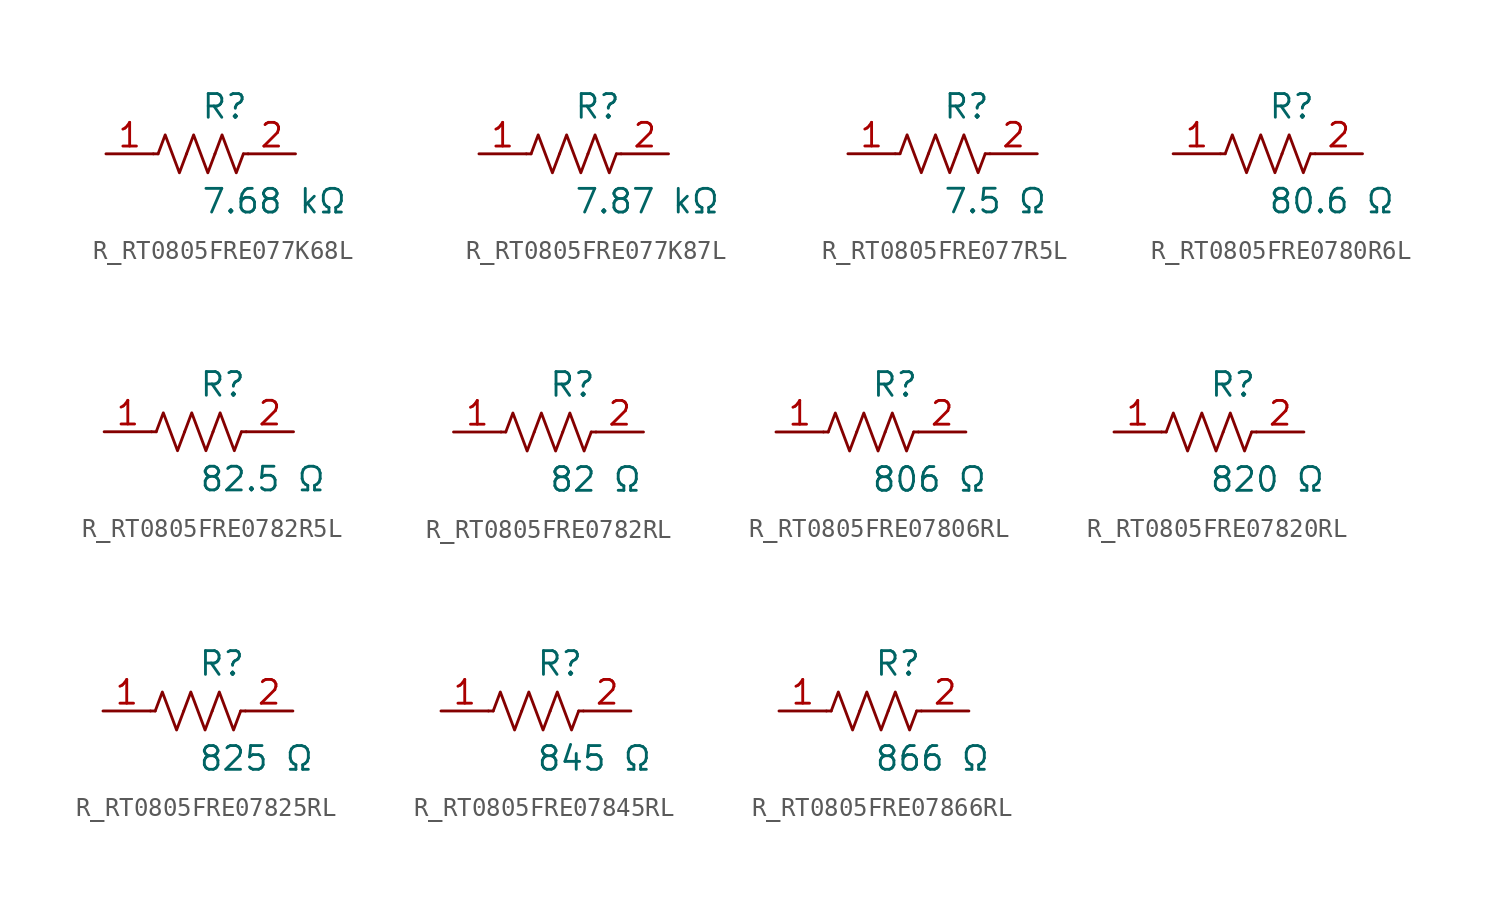
<source format=kicad_sym>
(kicad_symbol_lib
  (version 20231120)
  (generator kicad_symbol_editor)
  (generator_version 8.0)
  (symbol "R_RT0805FRE077K68L"
    (pin_names
      (offset 0.254))
    (property "Reference" "R"
      (at 0.0 2.54 0)
      (effects (font (size 1.27 1.27)) (justify left)))
    (property "Value" "7.68 kΩ"
      (at 0.0 -2.54 0)
      (effects (font (size 1.27 1.27)) (justify left)))
    (symbol "R_RT0805FRE077K68L_0_1"
      (polyline (pts (xy 2.286 0) (xy 2.54 0)) (stroke (width 0) (type default)) (fill (type none)))
      (polyline (pts (xy -2.286 0) (xy -2.54 0)) (stroke (width 0) (type default)) (fill (type none)))
      (polyline (pts (xy 0.762 0) (xy 1.143 1.016) (xy 1.524 0) (xy 1.905 -1.016) (xy 2.286 0)) (stroke (width 0) (type default)) (fill (type none)))
      (polyline (pts (xy -0.762 0) (xy -0.381 1.016) (xy 0 0) (xy 0.381 -1.016) (xy 0.762 0)) (stroke (width 0) (type default)) (fill (type none)))
      (polyline (pts (xy -2.286 0) (xy -1.905 1.016) (xy -1.524 0) (xy -1.143 -1.016) (xy -0.762 0)) (stroke (width 0) (type default)) (fill (type none))))
    (pin unspecified line
      (at -5.08 0 0)
      (length 2.54)
      (name "" (effects (font (size 1.27 1.27))))
      (number "1" (effects (font (size 1.27 1.27)))))
    (pin unspecified line
      (at 5.08 0 180)
      (length 2.54)
      (name "" (effects (font (size 1.27 1.27))))
      (number "2" (effects (font (size 1.27 1.27))))))
  (symbol "R_RT0805FRE077K87L"
    (pin_names
      (offset 0.254))
    (property "Reference" "R"
      (at 0.0 2.54 0)
      (effects (font (size 1.27 1.27)) (justify left)))
    (property "Value" "7.87 kΩ"
      (at 0.0 -2.54 0)
      (effects (font (size 1.27 1.27)) (justify left)))
    (symbol "R_RT0805FRE077K87L_0_1"
      (polyline (pts (xy 2.286 0) (xy 2.54 0)) (stroke (width 0) (type default)) (fill (type none)))
      (polyline (pts (xy -2.286 0) (xy -2.54 0)) (stroke (width 0) (type default)) (fill (type none)))
      (polyline (pts (xy 0.762 0) (xy 1.143 1.016) (xy 1.524 0) (xy 1.905 -1.016) (xy 2.286 0)) (stroke (width 0) (type default)) (fill (type none)))
      (polyline (pts (xy -0.762 0) (xy -0.381 1.016) (xy 0 0) (xy 0.381 -1.016) (xy 0.762 0)) (stroke (width 0) (type default)) (fill (type none)))
      (polyline (pts (xy -2.286 0) (xy -1.905 1.016) (xy -1.524 0) (xy -1.143 -1.016) (xy -0.762 0)) (stroke (width 0) (type default)) (fill (type none))))
    (pin unspecified line
      (at -5.08 0 0)
      (length 2.54)
      (name "" (effects (font (size 1.27 1.27))))
      (number "1" (effects (font (size 1.27 1.27)))))
    (pin unspecified line
      (at 5.08 0 180)
      (length 2.54)
      (name "" (effects (font (size 1.27 1.27))))
      (number "2" (effects (font (size 1.27 1.27))))))
  (symbol "R_RT0805FRE077R5L"
    (pin_names
      (offset 0.254))
    (property "Reference" "R"
      (at 0.0 2.54 0)
      (effects (font (size 1.27 1.27)) (justify left)))
    (property "Value" "7.5 Ω"
      (at 0.0 -2.54 0)
      (effects (font (size 1.27 1.27)) (justify left)))
    (symbol "R_RT0805FRE077R5L_0_1"
      (polyline (pts (xy 2.286 0) (xy 2.54 0)) (stroke (width 0) (type default)) (fill (type none)))
      (polyline (pts (xy -2.286 0) (xy -2.54 0)) (stroke (width 0) (type default)) (fill (type none)))
      (polyline (pts (xy 0.762 0) (xy 1.143 1.016) (xy 1.524 0) (xy 1.905 -1.016) (xy 2.286 0)) (stroke (width 0) (type default)) (fill (type none)))
      (polyline (pts (xy -0.762 0) (xy -0.381 1.016) (xy 0 0) (xy 0.381 -1.016) (xy 0.762 0)) (stroke (width 0) (type default)) (fill (type none)))
      (polyline (pts (xy -2.286 0) (xy -1.905 1.016) (xy -1.524 0) (xy -1.143 -1.016) (xy -0.762 0)) (stroke (width 0) (type default)) (fill (type none))))
    (pin unspecified line
      (at -5.08 0 0)
      (length 2.54)
      (name "" (effects (font (size 1.27 1.27))))
      (number "1" (effects (font (size 1.27 1.27)))))
    (pin unspecified line
      (at 5.08 0 180)
      (length 2.54)
      (name "" (effects (font (size 1.27 1.27))))
      (number "2" (effects (font (size 1.27 1.27))))))
  (symbol "R_RT0805FRE0780R6L"
    (pin_names
      (offset 0.254))
    (property "Reference" "R"
      (at 0.0 2.54 0)
      (effects (font (size 1.27 1.27)) (justify left)))
    (property "Value" "80.6 Ω"
      (at 0.0 -2.54 0)
      (effects (font (size 1.27 1.27)) (justify left)))
    (symbol "R_RT0805FRE0780R6L_0_1"
      (polyline (pts (xy 2.286 0) (xy 2.54 0)) (stroke (width 0) (type default)) (fill (type none)))
      (polyline (pts (xy -2.286 0) (xy -2.54 0)) (stroke (width 0) (type default)) (fill (type none)))
      (polyline (pts (xy 0.762 0) (xy 1.143 1.016) (xy 1.524 0) (xy 1.905 -1.016) (xy 2.286 0)) (stroke (width 0) (type default)) (fill (type none)))
      (polyline (pts (xy -0.762 0) (xy -0.381 1.016) (xy 0 0) (xy 0.381 -1.016) (xy 0.762 0)) (stroke (width 0) (type default)) (fill (type none)))
      (polyline (pts (xy -2.286 0) (xy -1.905 1.016) (xy -1.524 0) (xy -1.143 -1.016) (xy -0.762 0)) (stroke (width 0) (type default)) (fill (type none))))
    (pin unspecified line
      (at -5.08 0 0)
      (length 2.54)
      (name "" (effects (font (size 1.27 1.27))))
      (number "1" (effects (font (size 1.27 1.27)))))
    (pin unspecified line
      (at 5.08 0 180)
      (length 2.54)
      (name "" (effects (font (size 1.27 1.27))))
      (number "2" (effects (font (size 1.27 1.27))))))
  (symbol "R_RT0805FRE0782R5L"
    (pin_names
      (offset 0.254))
    (property "Reference" "R"
      (at 0.0 2.54 0)
      (effects (font (size 1.27 1.27)) (justify left)))
    (property "Value" "82.5 Ω"
      (at 0.0 -2.54 0)
      (effects (font (size 1.27 1.27)) (justify left)))
    (symbol "R_RT0805FRE0782R5L_0_1"
      (polyline (pts (xy 2.286 0) (xy 2.54 0)) (stroke (width 0) (type default)) (fill (type none)))
      (polyline (pts (xy -2.286 0) (xy -2.54 0)) (stroke (width 0) (type default)) (fill (type none)))
      (polyline (pts (xy 0.762 0) (xy 1.143 1.016) (xy 1.524 0) (xy 1.905 -1.016) (xy 2.286 0)) (stroke (width 0) (type default)) (fill (type none)))
      (polyline (pts (xy -0.762 0) (xy -0.381 1.016) (xy 0 0) (xy 0.381 -1.016) (xy 0.762 0)) (stroke (width 0) (type default)) (fill (type none)))
      (polyline (pts (xy -2.286 0) (xy -1.905 1.016) (xy -1.524 0) (xy -1.143 -1.016) (xy -0.762 0)) (stroke (width 0) (type default)) (fill (type none))))
    (pin unspecified line
      (at -5.08 0 0)
      (length 2.54)
      (name "" (effects (font (size 1.27 1.27))))
      (number "1" (effects (font (size 1.27 1.27)))))
    (pin unspecified line
      (at 5.08 0 180)
      (length 2.54)
      (name "" (effects (font (size 1.27 1.27))))
      (number "2" (effects (font (size 1.27 1.27))))))
  (symbol "R_RT0805FRE0782RL"
    (pin_names
      (offset 0.254))
    (property "Reference" "R"
      (at 0.0 2.54 0)
      (effects (font (size 1.27 1.27)) (justify left)))
    (property "Value" "82 Ω"
      (at 0.0 -2.54 0)
      (effects (font (size 1.27 1.27)) (justify left)))
    (symbol "R_RT0805FRE0782RL_0_1"
      (polyline (pts (xy 2.286 0) (xy 2.54 0)) (stroke (width 0) (type default)) (fill (type none)))
      (polyline (pts (xy -2.286 0) (xy -2.54 0)) (stroke (width 0) (type default)) (fill (type none)))
      (polyline (pts (xy 0.762 0) (xy 1.143 1.016) (xy 1.524 0) (xy 1.905 -1.016) (xy 2.286 0)) (stroke (width 0) (type default)) (fill (type none)))
      (polyline (pts (xy -0.762 0) (xy -0.381 1.016) (xy 0 0) (xy 0.381 -1.016) (xy 0.762 0)) (stroke (width 0) (type default)) (fill (type none)))
      (polyline (pts (xy -2.286 0) (xy -1.905 1.016) (xy -1.524 0) (xy -1.143 -1.016) (xy -0.762 0)) (stroke (width 0) (type default)) (fill (type none))))
    (pin unspecified line
      (at -5.08 0 0)
      (length 2.54)
      (name "" (effects (font (size 1.27 1.27))))
      (number "1" (effects (font (size 1.27 1.27)))))
    (pin unspecified line
      (at 5.08 0 180)
      (length 2.54)
      (name "" (effects (font (size 1.27 1.27))))
      (number "2" (effects (font (size 1.27 1.27))))))
  (symbol "R_RT0805FRE07806RL"
    (pin_names
      (offset 0.254))
    (property "Reference" "R"
      (at 0.0 2.54 0)
      (effects (font (size 1.27 1.27)) (justify left)))
    (property "Value" "806 Ω"
      (at 0.0 -2.54 0)
      (effects (font (size 1.27 1.27)) (justify left)))
    (symbol "R_RT0805FRE07806RL_0_1"
      (polyline (pts (xy 2.286 0) (xy 2.54 0)) (stroke (width 0) (type default)) (fill (type none)))
      (polyline (pts (xy -2.286 0) (xy -2.54 0)) (stroke (width 0) (type default)) (fill (type none)))
      (polyline (pts (xy 0.762 0) (xy 1.143 1.016) (xy 1.524 0) (xy 1.905 -1.016) (xy 2.286 0)) (stroke (width 0) (type default)) (fill (type none)))
      (polyline (pts (xy -0.762 0) (xy -0.381 1.016) (xy 0 0) (xy 0.381 -1.016) (xy 0.762 0)) (stroke (width 0) (type default)) (fill (type none)))
      (polyline (pts (xy -2.286 0) (xy -1.905 1.016) (xy -1.524 0) (xy -1.143 -1.016) (xy -0.762 0)) (stroke (width 0) (type default)) (fill (type none))))
    (pin unspecified line
      (at -5.08 0 0)
      (length 2.54)
      (name "" (effects (font (size 1.27 1.27))))
      (number "1" (effects (font (size 1.27 1.27)))))
    (pin unspecified line
      (at 5.08 0 180)
      (length 2.54)
      (name "" (effects (font (size 1.27 1.27))))
      (number "2" (effects (font (size 1.27 1.27))))))
  (symbol "R_RT0805FRE07820RL"
    (pin_names
      (offset 0.254))
    (property "Reference" "R"
      (at 0.0 2.54 0)
      (effects (font (size 1.27 1.27)) (justify left)))
    (property "Value" "820 Ω"
      (at 0.0 -2.54 0)
      (effects (font (size 1.27 1.27)) (justify left)))
    (symbol "R_RT0805FRE07820RL_0_1"
      (polyline (pts (xy 2.286 0) (xy 2.54 0)) (stroke (width 0) (type default)) (fill (type none)))
      (polyline (pts (xy -2.286 0) (xy -2.54 0)) (stroke (width 0) (type default)) (fill (type none)))
      (polyline (pts (xy 0.762 0) (xy 1.143 1.016) (xy 1.524 0) (xy 1.905 -1.016) (xy 2.286 0)) (stroke (width 0) (type default)) (fill (type none)))
      (polyline (pts (xy -0.762 0) (xy -0.381 1.016) (xy 0 0) (xy 0.381 -1.016) (xy 0.762 0)) (stroke (width 0) (type default)) (fill (type none)))
      (polyline (pts (xy -2.286 0) (xy -1.905 1.016) (xy -1.524 0) (xy -1.143 -1.016) (xy -0.762 0)) (stroke (width 0) (type default)) (fill (type none))))
    (pin unspecified line
      (at -5.08 0 0)
      (length 2.54)
      (name "" (effects (font (size 1.27 1.27))))
      (number "1" (effects (font (size 1.27 1.27)))))
    (pin unspecified line
      (at 5.08 0 180)
      (length 2.54)
      (name "" (effects (font (size 1.27 1.27))))
      (number "2" (effects (font (size 1.27 1.27))))))
  (symbol "R_RT0805FRE07825RL"
    (pin_names
      (offset 0.254))
    (property "Reference" "R"
      (at 0.0 2.54 0)
      (effects (font (size 1.27 1.27)) (justify left)))
    (property "Value" "825 Ω"
      (at 0.0 -2.54 0)
      (effects (font (size 1.27 1.27)) (justify left)))
    (symbol "R_RT0805FRE07825RL_0_1"
      (polyline (pts (xy 2.286 0) (xy 2.54 0)) (stroke (width 0) (type default)) (fill (type none)))
      (polyline (pts (xy -2.286 0) (xy -2.54 0)) (stroke (width 0) (type default)) (fill (type none)))
      (polyline (pts (xy 0.762 0) (xy 1.143 1.016) (xy 1.524 0) (xy 1.905 -1.016) (xy 2.286 0)) (stroke (width 0) (type default)) (fill (type none)))
      (polyline (pts (xy -0.762 0) (xy -0.381 1.016) (xy 0 0) (xy 0.381 -1.016) (xy 0.762 0)) (stroke (width 0) (type default)) (fill (type none)))
      (polyline (pts (xy -2.286 0) (xy -1.905 1.016) (xy -1.524 0) (xy -1.143 -1.016) (xy -0.762 0)) (stroke (width 0) (type default)) (fill (type none))))
    (pin unspecified line
      (at -5.08 0 0)
      (length 2.54)
      (name "" (effects (font (size 1.27 1.27))))
      (number "1" (effects (font (size 1.27 1.27)))))
    (pin unspecified line
      (at 5.08 0 180)
      (length 2.54)
      (name "" (effects (font (size 1.27 1.27))))
      (number "2" (effects (font (size 1.27 1.27))))))
  (symbol "R_RT0805FRE07845RL"
    (pin_names
      (offset 0.254))
    (property "Reference" "R"
      (at 0.0 2.54 0)
      (effects (font (size 1.27 1.27)) (justify left)))
    (property "Value" "845 Ω"
      (at 0.0 -2.54 0)
      (effects (font (size 1.27 1.27)) (justify left)))
    (symbol "R_RT0805FRE07845RL_0_1"
      (polyline (pts (xy 2.286 0) (xy 2.54 0)) (stroke (width 0) (type default)) (fill (type none)))
      (polyline (pts (xy -2.286 0) (xy -2.54 0)) (stroke (width 0) (type default)) (fill (type none)))
      (polyline (pts (xy 0.762 0) (xy 1.143 1.016) (xy 1.524 0) (xy 1.905 -1.016) (xy 2.286 0)) (stroke (width 0) (type default)) (fill (type none)))
      (polyline (pts (xy -0.762 0) (xy -0.381 1.016) (xy 0 0) (xy 0.381 -1.016) (xy 0.762 0)) (stroke (width 0) (type default)) (fill (type none)))
      (polyline (pts (xy -2.286 0) (xy -1.905 1.016) (xy -1.524 0) (xy -1.143 -1.016) (xy -0.762 0)) (stroke (width 0) (type default)) (fill (type none))))
    (pin unspecified line
      (at -5.08 0 0)
      (length 2.54)
      (name "" (effects (font (size 1.27 1.27))))
      (number "1" (effects (font (size 1.27 1.27)))))
    (pin unspecified line
      (at 5.08 0 180)
      (length 2.54)
      (name "" (effects (font (size 1.27 1.27))))
      (number "2" (effects (font (size 1.27 1.27))))))
  (symbol "R_RT0805FRE07866RL"
    (pin_names
      (offset 0.254))
    (property "Reference" "R"
      (at 0.0 2.54 0)
      (effects (font (size 1.27 1.27)) (justify left)))
    (property "Value" "866 Ω"
      (at 0.0 -2.54 0)
      (effects (font (size 1.27 1.27)) (justify left)))
    (symbol "R_RT0805FRE07866RL_0_1"
      (polyline (pts (xy 2.286 0) (xy 2.54 0)) (stroke (width 0) (type default)) (fill (type none)))
      (polyline (pts (xy -2.286 0) (xy -2.54 0)) (stroke (width 0) (type default)) (fill (type none)))
      (polyline (pts (xy 0.762 0) (xy 1.143 1.016) (xy 1.524 0) (xy 1.905 -1.016) (xy 2.286 0)) (stroke (width 0) (type default)) (fill (type none)))
      (polyline (pts (xy -0.762 0) (xy -0.381 1.016) (xy 0 0) (xy 0.381 -1.016) (xy 0.762 0)) (stroke (width 0) (type default)) (fill (type none)))
      (polyline (pts (xy -2.286 0) (xy -1.905 1.016) (xy -1.524 0) (xy -1.143 -1.016) (xy -0.762 0)) (stroke (width 0) (type default)) (fill (type none))))
    (pin unspecified line
      (at -5.08 0 0)
      (length 2.54)
      (name "" (effects (font (size 1.27 1.27))))
      (number "1" (effects (font (size 1.27 1.27)))))
    (pin unspecified line
      (at 5.08 0 180)
      (length 2.54)
      (name "" (effects (font (size 1.27 1.27))))
      (number "2" (effects (font (size 1.27 1.27)))))))
</source>
